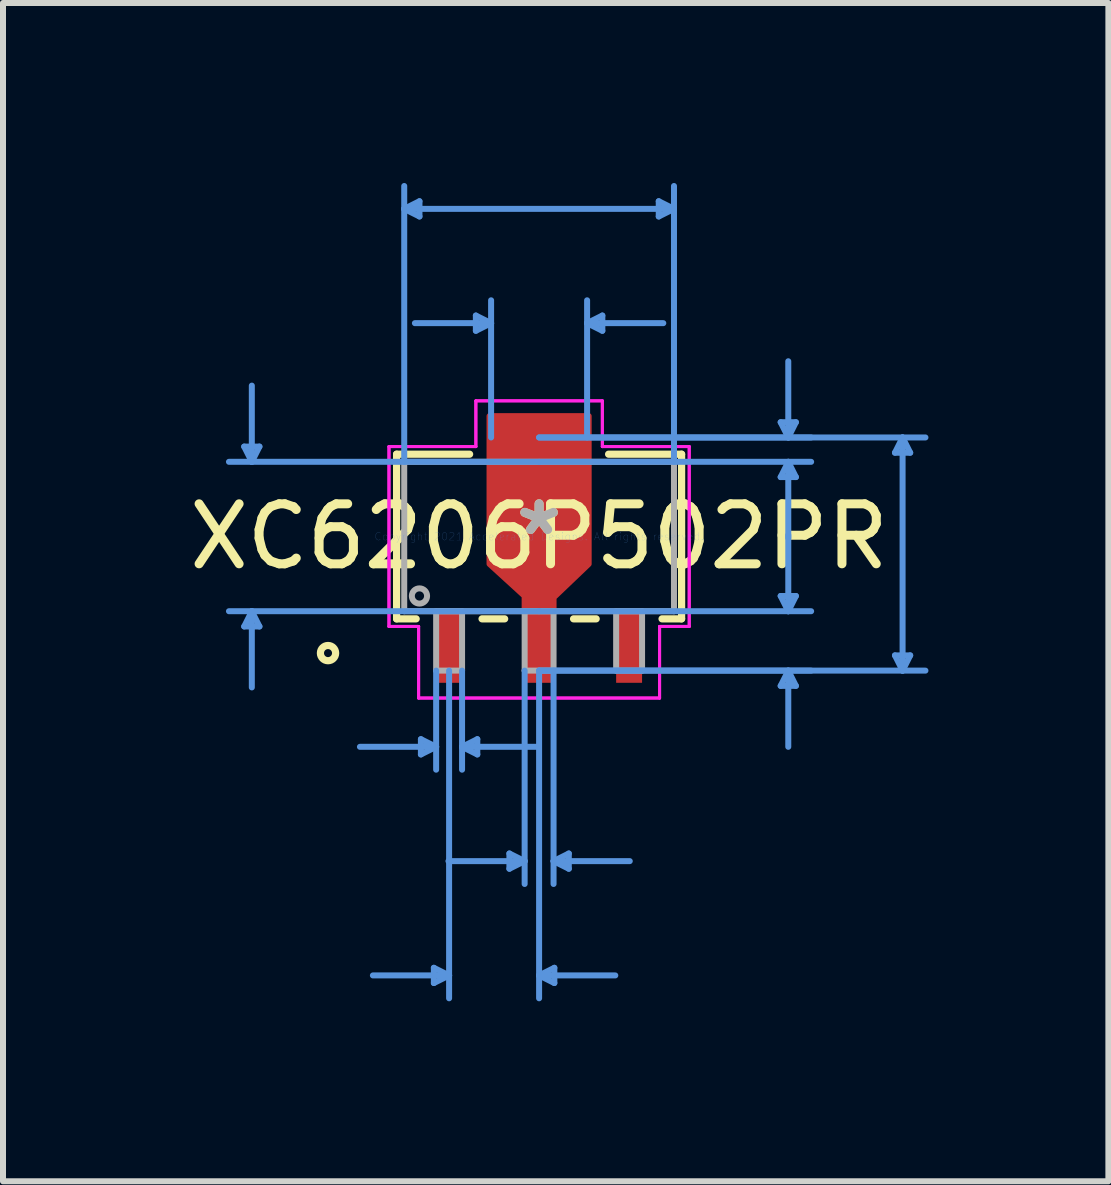
<source format=kicad_pcb>
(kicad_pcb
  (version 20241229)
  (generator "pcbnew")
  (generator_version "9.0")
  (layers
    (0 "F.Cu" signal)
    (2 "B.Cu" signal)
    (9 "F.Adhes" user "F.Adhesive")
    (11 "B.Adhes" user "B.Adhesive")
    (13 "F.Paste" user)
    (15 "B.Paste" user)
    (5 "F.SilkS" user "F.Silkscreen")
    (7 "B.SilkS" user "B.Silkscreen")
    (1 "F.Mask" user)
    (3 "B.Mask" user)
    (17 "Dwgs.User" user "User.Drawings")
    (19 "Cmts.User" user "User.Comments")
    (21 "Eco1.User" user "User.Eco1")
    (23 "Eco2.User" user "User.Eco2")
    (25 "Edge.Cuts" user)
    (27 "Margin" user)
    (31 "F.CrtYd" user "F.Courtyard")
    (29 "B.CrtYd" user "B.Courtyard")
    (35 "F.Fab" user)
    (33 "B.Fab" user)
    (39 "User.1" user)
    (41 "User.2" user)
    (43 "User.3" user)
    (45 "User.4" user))
  (footprint "XC6206P502PR"
    (layer "F.Cu")
    (at 5.935 5.892)
    (property "Reference" "XC6206P502PR" (at 0 0 0) (layer "F.SilkS") (effects (font (size 1 1) (thickness 0.15))))
    (attr through_hole)
    (fp_poly (pts (xy -0.241 1.245) (xy -0.241 0.991) (xy -0.826 0.457) (xy -0.826 -2.007) (xy 0.826 -2.007) (xy 0.826 0.457) (xy 0.241 1.016) (xy 0.241 1.245)) (stroke (width 0.1) (type solid)) (fill yes) (layer "F.Cu"))
    (fp_poly (pts (xy -0.241 1.245) (xy -0.241 0.991) (xy -0.8 0.432) (xy -0.8 -1.854) (xy 0.8 -1.854) (xy 0.8 0.432) (xy 0.241 0.991) (xy 0.241 1.245)) (stroke (width 0.1) (type solid)) (fill yes) (layer "F.Mask"))
    (fp_line (start -2.375 -1.372) (end -2.375 1.372) (stroke (width 0.12) (type solid)) (layer "F.SilkS"))
    (fp_line (start -2.375 1.372) (end -2.049 1.372) (stroke (width 0.12) (type solid)) (layer "F.SilkS"))
    (fp_line (start -1.158 -1.372) (end -2.375 -1.372) (stroke (width 0.12) (type solid)) (layer "F.SilkS"))
    (fp_line (start -0.951 1.372) (end -0.574 1.372) (stroke (width 0.12) (type solid)) (layer "F.SilkS"))
    (fp_line (start 0.574 1.372) (end 0.951 1.372) (stroke (width 0.12) (type solid)) (layer "F.SilkS"))
    (fp_line (start 2.049 1.372) (end 2.375 1.372) (stroke (width 0.12) (type solid)) (layer "F.SilkS"))
    (fp_line (start 2.375 -1.372) (end 1.158 -1.372) (stroke (width 0.12) (type solid)) (layer "F.SilkS"))
    (fp_line (start 2.375 1.372) (end 2.375 -1.372) (stroke (width 0.12) (type solid)) (layer "F.SilkS"))
    (fp_circle (center -3.518 1.943) (end -3.391 1.943) (stroke (width 0.12) (type solid)) (fill no) (layer "F.SilkS"))
    (fp_poly (pts (xy -0.241 1.245) (xy -0.241 0.991) (xy -0.8 0.432) (xy -0.8 -1.854) (xy 0.8 -1.854) (xy 0.8 0.432) (xy 0.241 0.991) (xy 0.241 1.245)) (stroke (width 0.1) (type solid)) (fill yes) (layer "F.Paste"))
    (fp_line (start -4.915 -1.499) (end -4.661 -1.499) (stroke (width 0.1) (type solid)) (layer "Cmts.User"))
    (fp_line (start -4.915 1.499) (end -4.661 1.499) (stroke (width 0.1) (type solid)) (layer "Cmts.User"))
    (fp_line (start -4.788 -1.245) (end -4.915 -1.499) (stroke (width 0.1) (type solid)) (layer "Cmts.User"))
    (fp_line (start -4.788 -1.245) (end -4.788 -2.515) (stroke (width 0.1) (type solid)) (layer "Cmts.User"))
    (fp_line (start -4.788 -1.245) (end -4.661 -1.499) (stroke (width 0.1) (type solid)) (layer "Cmts.User"))
    (fp_line (start -4.788 1.245) (end -4.915 1.499) (stroke (width 0.1) (type solid)) (layer "Cmts.User"))
    (fp_line (start -4.788 1.245) (end -4.788 2.515) (stroke (width 0.1) (type solid)) (layer "Cmts.User"))
    (fp_line (start -4.788 1.245) (end -4.661 1.499) (stroke (width 0.1) (type solid)) (layer "Cmts.User"))
    (fp_line (start -2.248 -5.461) (end -1.994 -5.588) (stroke (width 0.1) (type solid)) (layer "Cmts.User"))
    (fp_line (start -2.248 -5.461) (end -1.994 -5.334) (stroke (width 0.1) (type solid)) (layer "Cmts.User"))
    (fp_line (start -2.248 -5.461) (end 2.248 -5.461) (stroke (width 0.1) (type solid)) (layer "Cmts.User"))
    (fp_line (start -2.248 -1.245) (end -2.248 -5.842) (stroke (width 0.1) (type solid)) (layer "Cmts.User"))
    (fp_line (start -1.994 -5.588) (end -1.994 -5.334) (stroke (width 0.1) (type solid)) (layer "Cmts.User"))
    (fp_line (start -1.97 3.378) (end -1.97 3.632) (stroke (width 0.1) (type solid)) (layer "Cmts.User"))
    (fp_line (start -1.754 7.188) (end -1.754 7.442) (stroke (width 0.1) (type solid)) (layer "Cmts.User"))
    (fp_line (start -1.716 2.235) (end -1.716 3.886) (stroke (width 0.1) (type solid)) (layer "Cmts.User"))
    (fp_line (start -1.716 3.505) (end -2.986 3.505) (stroke (width 0.1) (type solid)) (layer "Cmts.User"))
    (fp_line (start -1.716 3.505) (end -1.97 3.378) (stroke (width 0.1) (type solid)) (layer "Cmts.User"))
    (fp_line (start -1.716 3.505) (end -1.97 3.632) (stroke (width 0.1) (type solid)) (layer "Cmts.User"))
    (fp_line (start -1.5 2.235) (end -1.5 7.696) (stroke (width 0.1) (type solid)) (layer "Cmts.User"))
    (fp_line (start -1.5 7.315) (end -2.77 7.315) (stroke (width 0.1) (type solid)) (layer "Cmts.User"))
    (fp_line (start -1.5 7.315) (end -1.754 7.188) (stroke (width 0.1) (type solid)) (layer "Cmts.User"))
    (fp_line (start -1.5 7.315) (end -1.754 7.442) (stroke (width 0.1) (type solid)) (layer "Cmts.User"))
    (fp_line (start -1.284 2.235) (end -1.284 3.886) (stroke (width 0.1) (type solid)) (layer "Cmts.User"))
    (fp_line (start -1.284 3.505) (end -1.03 3.378) (stroke (width 0.1) (type solid)) (layer "Cmts.User"))
    (fp_line (start -1.284 3.505) (end -1.03 3.632) (stroke (width 0.1) (type solid)) (layer "Cmts.User"))
    (fp_line (start -1.284 3.505) (end -0.014 3.505) (stroke (width 0.1) (type solid)) (layer "Cmts.User"))
    (fp_line (start -1.054 -3.683) (end -1.054 -3.429) (stroke (width 0.1) (type solid)) (layer "Cmts.User"))
    (fp_line (start -1.03 3.378) (end -1.03 3.632) (stroke (width 0.1) (type solid)) (layer "Cmts.User"))
    (fp_line (start -0.8 -3.556) (end -2.07 -3.556) (stroke (width 0.1) (type solid)) (layer "Cmts.User"))
    (fp_line (start -0.8 -3.556) (end -1.054 -3.683) (stroke (width 0.1) (type solid)) (layer "Cmts.User"))
    (fp_line (start -0.8 -3.556) (end -1.054 -3.429) (stroke (width 0.1) (type solid)) (layer "Cmts.User"))
    (fp_line (start -0.8 -1.651) (end -0.8 -3.937) (stroke (width 0.1) (type solid)) (layer "Cmts.User"))
    (fp_line (start -0.495 5.283) (end -0.495 5.537) (stroke (width 0.1) (type solid)) (layer "Cmts.User"))
    (fp_line (start -0.241 2.235) (end -0.241 5.791) (stroke (width 0.1) (type solid)) (layer "Cmts.User"))
    (fp_line (start -0.241 5.41) (end -1.511 5.41) (stroke (width 0.1) (type solid)) (layer "Cmts.User"))
    (fp_line (start -0.241 5.41) (end -0.495 5.283) (stroke (width 0.1) (type solid)) (layer "Cmts.User"))
    (fp_line (start -0.241 5.41) (end -0.495 5.537) (stroke (width 0.1) (type solid)) (layer "Cmts.User"))
    (fp_line (start 0 -1.651) (end 4.534 -1.651) (stroke (width 0.1) (type solid)) (layer "Cmts.User"))
    (fp_line (start 0 -1.651) (end 6.439 -1.651) (stroke (width 0.1) (type solid)) (layer "Cmts.User"))
    (fp_line (start 0 -1.245) (end -5.169 -1.245) (stroke (width 0.1) (type solid)) (layer "Cmts.User"))
    (fp_line (start 0 -1.245) (end 4.534 -1.245) (stroke (width 0.1) (type solid)) (layer "Cmts.User"))
    (fp_line (start 0 1.245) (end -5.169 1.245) (stroke (width 0.1) (type solid)) (layer "Cmts.User"))
    (fp_line (start 0 1.245) (end 4.534 1.245) (stroke (width 0.1) (type solid)) (layer "Cmts.User"))
    (fp_line (start 0 2.235) (end 0 7.696) (stroke (width 0.1) (type solid)) (layer "Cmts.User"))
    (fp_line (start 0 2.235) (end 4.534 2.235) (stroke (width 0.1) (type solid)) (layer "Cmts.User"))
    (fp_line (start 0 2.235) (end 6.439 2.235) (stroke (width 0.1) (type solid)) (layer "Cmts.User"))
    (fp_line (start 0 7.315) (end 0.254 7.188) (stroke (width 0.1) (type solid)) (layer "Cmts.User"))
    (fp_line (start 0 7.315) (end 0.254 7.442) (stroke (width 0.1) (type solid)) (layer "Cmts.User"))
    (fp_line (start 0 7.315) (end 1.27 7.315) (stroke (width 0.1) (type solid)) (layer "Cmts.User"))
    (fp_line (start 0.241 2.235) (end 0.241 5.791) (stroke (width 0.1) (type solid)) (layer "Cmts.User"))
    (fp_line (start 0.241 5.41) (end 0.495 5.283) (stroke (width 0.1) (type solid)) (layer "Cmts.User"))
    (fp_line (start 0.241 5.41) (end 0.495 5.537) (stroke (width 0.1) (type solid)) (layer "Cmts.User"))
    (fp_line (start 0.241 5.41) (end 1.511 5.41) (stroke (width 0.1) (type solid)) (layer "Cmts.User"))
    (fp_line (start 0.254 7.188) (end 0.254 7.442) (stroke (width 0.1) (type solid)) (layer "Cmts.User"))
    (fp_line (start 0.495 5.283) (end 0.495 5.537) (stroke (width 0.1) (type solid)) (layer "Cmts.User"))
    (fp_line (start 0.8 -3.556) (end 1.054 -3.683) (stroke (width 0.1) (type solid)) (layer "Cmts.User"))
    (fp_line (start 0.8 -3.556) (end 1.054 -3.429) (stroke (width 0.1) (type solid)) (layer "Cmts.User"))
    (fp_line (start 0.8 -3.556) (end 2.07 -3.556) (stroke (width 0.1) (type solid)) (layer "Cmts.User"))
    (fp_line (start 0.8 -1.651) (end 0.8 -3.937) (stroke (width 0.1) (type solid)) (layer "Cmts.User"))
    (fp_line (start 1.054 -3.683) (end 1.054 -3.429) (stroke (width 0.1) (type solid)) (layer "Cmts.User"))
    (fp_line (start 1.994 -5.588) (end 1.994 -5.334) (stroke (width 0.1) (type solid)) (layer "Cmts.User"))
    (fp_line (start 2.248 -5.461) (end 1.994 -5.588) (stroke (width 0.1) (type solid)) (layer "Cmts.User"))
    (fp_line (start 2.248 -5.461) (end 1.994 -5.334) (stroke (width 0.1) (type solid)) (layer "Cmts.User"))
    (fp_line (start 2.248 -1.245) (end 2.248 -5.842) (stroke (width 0.1) (type solid)) (layer "Cmts.User"))
    (fp_line (start 4.026 -1.905) (end 4.28 -1.905) (stroke (width 0.1) (type solid)) (layer "Cmts.User"))
    (fp_line (start 4.026 -0.991) (end 4.28 -0.991) (stroke (width 0.1) (type solid)) (layer "Cmts.User"))
    (fp_line (start 4.026 0.991) (end 4.28 0.991) (stroke (width 0.1) (type solid)) (layer "Cmts.User"))
    (fp_line (start 4.026 2.489) (end 4.28 2.489) (stroke (width 0.1) (type solid)) (layer "Cmts.User"))
    (fp_line (start 4.153 -1.651) (end 4.026 -1.905) (stroke (width 0.1) (type solid)) (layer "Cmts.User"))
    (fp_line (start 4.153 -1.651) (end 4.153 -2.921) (stroke (width 0.1) (type solid)) (layer "Cmts.User"))
    (fp_line (start 4.153 -1.651) (end 4.28 -1.905) (stroke (width 0.1) (type solid)) (layer "Cmts.User"))
    (fp_line (start 4.153 -1.245) (end 4.026 -0.991) (stroke (width 0.1) (type solid)) (layer "Cmts.User"))
    (fp_line (start 4.153 -1.245) (end 4.153 0.025) (stroke (width 0.1) (type solid)) (layer "Cmts.User"))
    (fp_line (start 4.153 -1.245) (end 4.28 -0.991) (stroke (width 0.1) (type solid)) (layer "Cmts.User"))
    (fp_line (start 4.153 1.245) (end 4.026 0.991) (stroke (width 0.1) (type solid)) (layer "Cmts.User"))
    (fp_line (start 4.153 1.245) (end 4.153 -0.025) (stroke (width 0.1) (type solid)) (layer "Cmts.User"))
    (fp_line (start 4.153 1.245) (end 4.28 0.991) (stroke (width 0.1) (type solid)) (layer "Cmts.User"))
    (fp_line (start 4.153 2.235) (end 4.026 2.489) (stroke (width 0.1) (type solid)) (layer "Cmts.User"))
    (fp_line (start 4.153 2.235) (end 4.153 3.505) (stroke (width 0.1) (type solid)) (layer "Cmts.User"))
    (fp_line (start 4.153 2.235) (end 4.28 2.489) (stroke (width 0.1) (type solid)) (layer "Cmts.User"))
    (fp_line (start 5.931 -1.397) (end 6.185 -1.397) (stroke (width 0.1) (type solid)) (layer "Cmts.User"))
    (fp_line (start 5.931 1.981) (end 6.185 1.981) (stroke (width 0.1) (type solid)) (layer "Cmts.User"))
    (fp_line (start 6.058 -1.651) (end 5.931 -1.397) (stroke (width 0.1) (type solid)) (layer "Cmts.User"))
    (fp_line (start 6.058 -1.651) (end 6.058 2.235) (stroke (width 0.1) (type solid)) (layer "Cmts.User"))
    (fp_line (start 6.058 -1.651) (end 6.185 -1.397) (stroke (width 0.1) (type solid)) (layer "Cmts.User"))
    (fp_line (start 6.058 2.235) (end 5.931 1.981) (stroke (width 0.1) (type solid)) (layer "Cmts.User"))
    (fp_line (start 6.058 2.235) (end 6.185 1.981) (stroke (width 0.1) (type solid)) (layer "Cmts.User"))
    (fp_line (start -2.502 -1.499) (end -1.054 -1.499) (stroke (width 0.05) (type solid)) (layer "F.CrtYd"))
    (fp_line (start -2.502 -1.499) (end -1.054 -1.499) (stroke (width 0.05) (type solid)) (layer "F.CrtYd"))
    (fp_line (start -2.502 1.499) (end -2.502 -1.499) (stroke (width 0.05) (type solid)) (layer "F.CrtYd"))
    (fp_line (start -2.502 1.499) (end -2.502 -1.499) (stroke (width 0.05) (type solid)) (layer "F.CrtYd"))
    (fp_line (start -2.008 1.499) (end -2.502 1.499) (stroke (width 0.05) (type solid)) (layer "F.CrtYd"))
    (fp_line (start -2.008 1.499) (end -2.502 1.499) (stroke (width 0.05) (type solid)) (layer "F.CrtYd"))
    (fp_line (start -2.008 2.692) (end -2.008 1.499) (stroke (width 0.05) (type solid)) (layer "F.CrtYd"))
    (fp_line (start -2.008 2.692) (end -2.008 1.499) (stroke (width 0.05) (type solid)) (layer "F.CrtYd"))
    (fp_line (start -1.054 -2.261) (end 1.054 -2.261) (stroke (width 0.05) (type solid)) (layer "F.CrtYd"))
    (fp_line (start -1.054 -2.261) (end 1.054 -2.261) (stroke (width 0.05) (type solid)) (layer "F.CrtYd"))
    (fp_line (start -1.054 -1.499) (end -1.054 -2.261) (stroke (width 0.05) (type solid)) (layer "F.CrtYd"))
    (fp_line (start -1.054 -1.499) (end -1.054 -2.261) (stroke (width 0.05) (type solid)) (layer "F.CrtYd"))
    (fp_line (start 1.054 -2.261) (end 1.054 -1.499) (stroke (width 0.05) (type solid)) (layer "F.CrtYd"))
    (fp_line (start 1.054 -2.261) (end 1.054 -1.499) (stroke (width 0.05) (type solid)) (layer "F.CrtYd"))
    (fp_line (start 1.054 -1.499) (end 2.502 -1.499) (stroke (width 0.05) (type solid)) (layer "F.CrtYd"))
    (fp_line (start 1.054 -1.499) (end 2.502 -1.499) (stroke (width 0.05) (type solid)) (layer "F.CrtYd"))
    (fp_line (start 2.008 1.499) (end 2.008 2.692) (stroke (width 0.05) (type solid)) (layer "F.CrtYd"))
    (fp_line (start 2.008 1.499) (end 2.008 2.692) (stroke (width 0.05) (type solid)) (layer "F.CrtYd"))
    (fp_line (start 2.008 2.692) (end -2.008 2.692) (stroke (width 0.05) (type solid)) (layer "F.CrtYd"))
    (fp_line (start 2.008 2.692) (end -2.008 2.692) (stroke (width 0.05) (type solid)) (layer "F.CrtYd"))
    (fp_line (start 2.502 -1.499) (end 2.502 1.499) (stroke (width 0.05) (type solid)) (layer "F.CrtYd"))
    (fp_line (start 2.502 -1.499) (end 2.502 1.499) (stroke (width 0.05) (type solid)) (layer "F.CrtYd"))
    (fp_line (start 2.502 1.499) (end 2.008 1.499) (stroke (width 0.05) (type solid)) (layer "F.CrtYd"))
    (fp_line (start 2.502 1.499) (end 2.008 1.499) (stroke (width 0.05) (type solid)) (layer "F.CrtYd"))
    (fp_line (start -2.248 -1.245) (end -2.248 1.245) (stroke (width 0.1) (type solid)) (layer "F.Fab"))
    (fp_line (start -2.248 1.245) (end 2.248 1.245) (stroke (width 0.1) (type solid)) (layer "F.Fab"))
    (fp_line (start -1.716 1.245) (end -1.716 2.235) (stroke (width 0.1) (type solid)) (layer "F.Fab"))
    (fp_line (start -1.716 2.235) (end -1.284 2.235) (stroke (width 0.1) (type solid)) (layer "F.Fab"))
    (fp_line (start -1.284 1.245) (end -1.716 1.245) (stroke (width 0.1) (type solid)) (layer "F.Fab"))
    (fp_line (start -1.284 2.235) (end -1.284 1.245) (stroke (width 0.1) (type solid)) (layer "F.Fab"))
    (fp_line (start -0.241 1.245) (end -0.241 2.235) (stroke (width 0.1) (type solid)) (layer "F.Fab"))
    (fp_line (start -0.241 2.235) (end 0.241 2.235) (stroke (width 0.1) (type solid)) (layer "F.Fab"))
    (fp_line (start 0.241 1.245) (end -0.241 1.245) (stroke (width 0.1) (type solid)) (layer "F.Fab"))
    (fp_line (start 0.241 2.235) (end 0.241 1.245) (stroke (width 0.1) (type solid)) (layer "F.Fab"))
    (fp_line (start 1.284 1.245) (end 1.284 2.235) (stroke (width 0.1) (type solid)) (layer "F.Fab"))
    (fp_line (start 1.284 2.235) (end 1.716 2.235) (stroke (width 0.1) (type solid)) (layer "F.Fab"))
    (fp_line (start 1.716 1.245) (end 1.284 1.245) (stroke (width 0.1) (type solid)) (layer "F.Fab"))
    (fp_line (start 1.716 2.235) (end 1.716 1.245) (stroke (width 0.1) (type solid)) (layer "F.Fab"))
    (fp_line (start 2.248 -1.245) (end -2.248 -1.245) (stroke (width 0.1) (type solid)) (layer "F.Fab"))
    (fp_line (start 2.248 1.245) (end 2.248 -1.245) (stroke (width 0.1) (type solid)) (layer "F.Fab"))
    (fp_circle (center -1.994 0.991) (end -1.867 0.991) (stroke (width 0.1) (type solid)) (fill no) (layer "F.Fab"))
    (fp_text user "*" (at 0 0 0) (layer "F.SilkS") (effects (font (size 1 1) (thickness 0.15))))
    (fp_text user "Copyright 2021 Accelerated Designs. All rights reserved." (at 0 0 0) (layer "Cmts.User") (effects (font (size 0.127 0.127) (thickness 0.002))))
    (fp_text user "*" (at 0 0 0) (layer "F.Fab") (effects (font (size 1 1) (thickness 0.15))))
    (pad "1" smd rect (at -1.5 1.841) (size 0.432 1.194) (layers "F.Cu" "F.Mask" "F.Paste"))
    (pad "2" smd rect (at 0 1.841) (size 0.483 1.194) (layers "F.Cu" "F.Mask" "F.Paste"))
    (pad "3" smd rect (at 1.5 1.841) (size 0.432 1.194) (layers "F.Cu" "F.Mask" "F.Paste")))
  (gr_rect
    (start -3 -3)
    (end 15.423 16.638)
    (stroke (width 0.1) (type default))
    (fill no)
    (layer "Edge.Cuts")))
</source>
